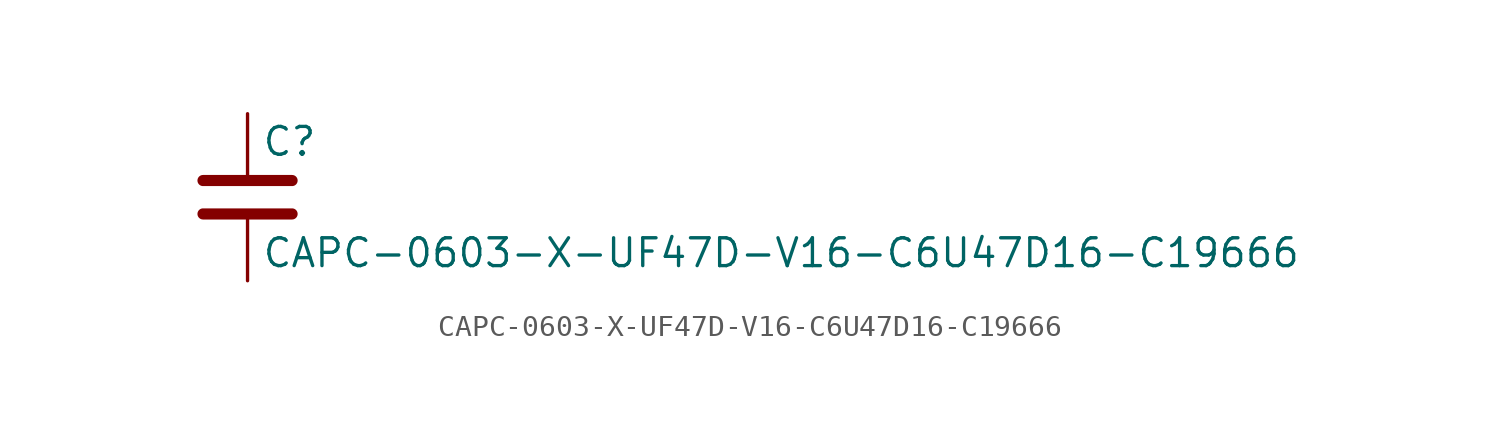
<source format=kicad_sym>
(kicad_symbol_lib
  (version 20211014)
  (generator kicad_symbol_editor)
  (symbol "CAPC-0603-X-UF47D-V16-C6U47D16-C19666"
    (pin_numbers hide)
    (pin_names
      (offset 0.254))
    (property "Reference" "C"
      (at 0.635 2.54 0)
      (effects (font (size 1.27 1.27)) (justify left)))
    (property "Value" "CAPC-0603-X-UF47D-V16-C6U47D16-C19666"
      (at 0.635 -2.54 0)
      (effects (font (size 1.27 1.27)) (justify left)))
    (symbol "CAPC-0603-X-UF47D-V16-C6U47D16-C19666_0_1"
      (polyline (pts (xy -2.032 -0.762) (xy 2.032 -0.762)) (stroke (width 0.508) (type default) (color 0 0 0 0)) (fill (type none)))
      (polyline (pts (xy -2.032 0.762) (xy 2.032 0.762)) (stroke (width 0.508) (type default) (color 0 0 0 0)) (fill (type none))))
    (symbol "CAPC-0603-X-UF47D-V16-C6U47D16-C19666_1_1"
      (pin passive line (at 0 3.81 270) (length 2.794) (name "~" (effects (font (size 1.27 1.27)))) (number "1" (effects (font (size 1.27 1.27)))))
      (pin passive line (at 0 -3.81 90) (length 2.794) (name "~" (effects (font (size 1.27 1.27)))) (number "2" (effects (font (size 1.27 1.27))))))))
</source>
